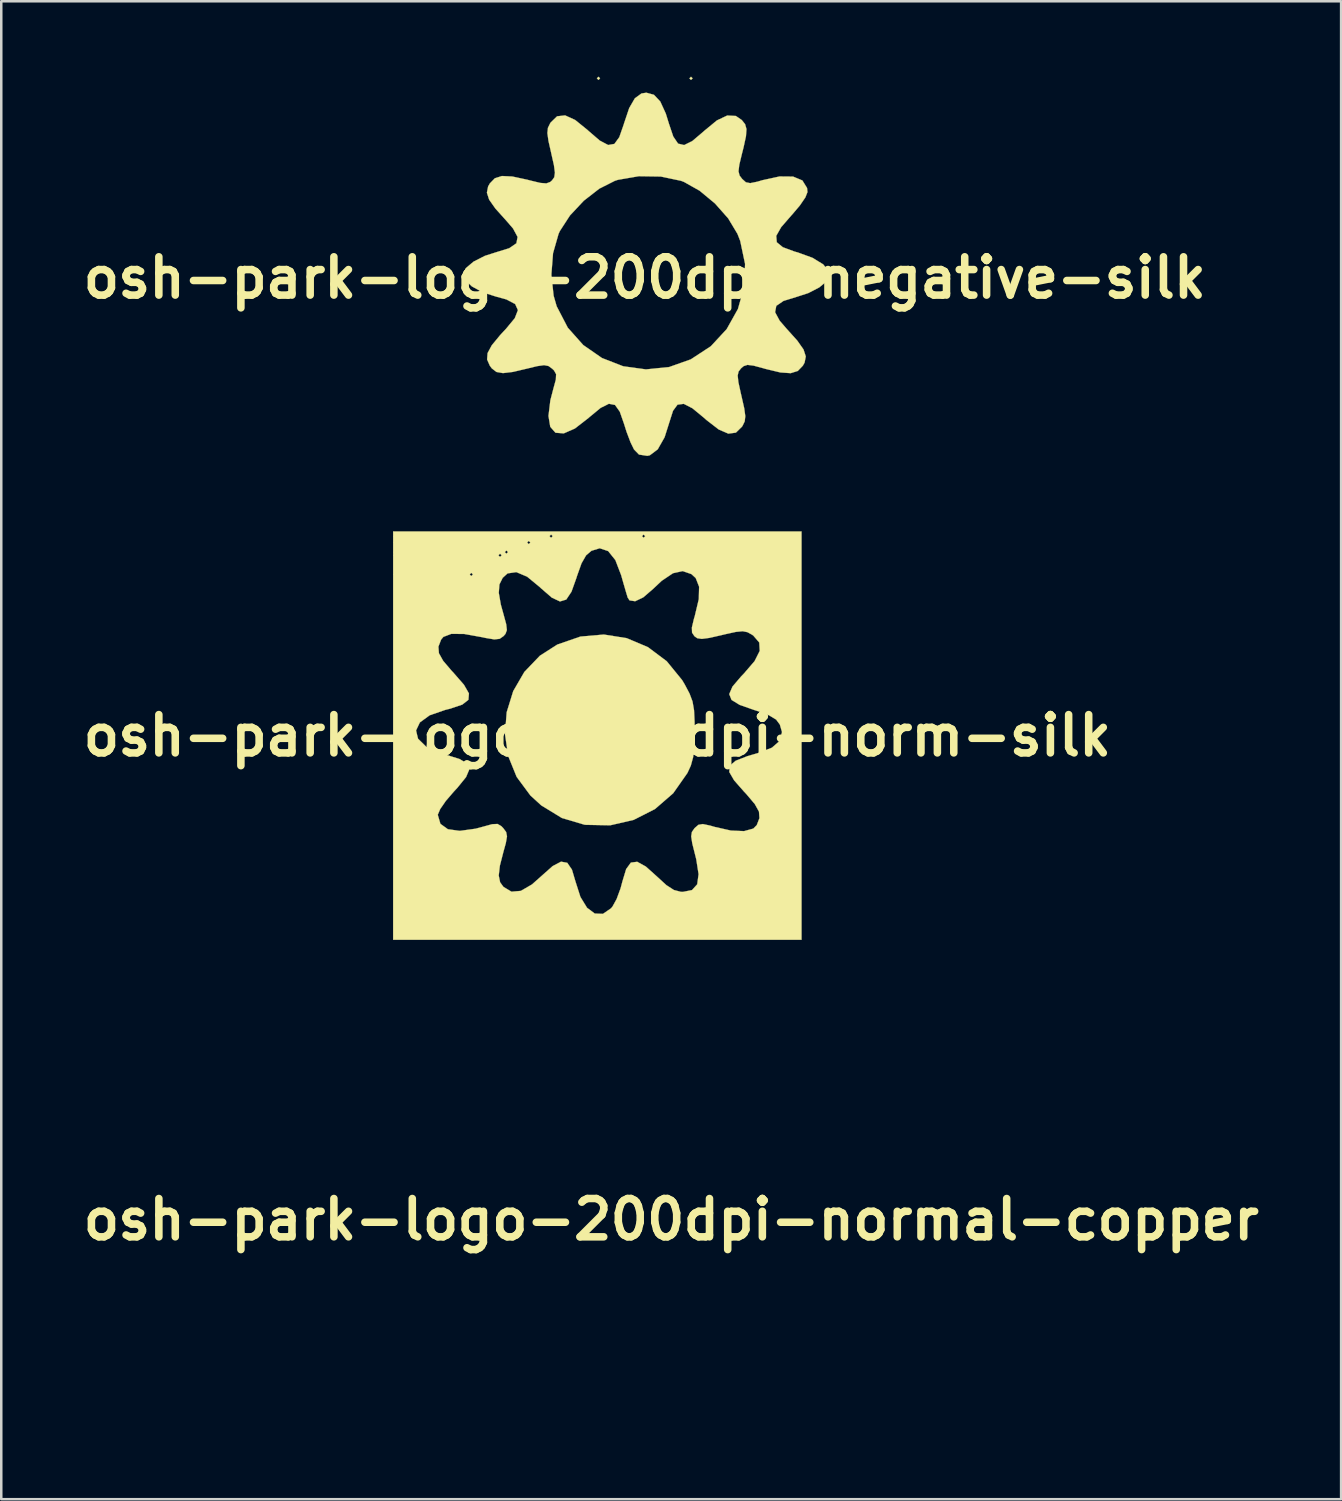
<source format=kicad_pcb>
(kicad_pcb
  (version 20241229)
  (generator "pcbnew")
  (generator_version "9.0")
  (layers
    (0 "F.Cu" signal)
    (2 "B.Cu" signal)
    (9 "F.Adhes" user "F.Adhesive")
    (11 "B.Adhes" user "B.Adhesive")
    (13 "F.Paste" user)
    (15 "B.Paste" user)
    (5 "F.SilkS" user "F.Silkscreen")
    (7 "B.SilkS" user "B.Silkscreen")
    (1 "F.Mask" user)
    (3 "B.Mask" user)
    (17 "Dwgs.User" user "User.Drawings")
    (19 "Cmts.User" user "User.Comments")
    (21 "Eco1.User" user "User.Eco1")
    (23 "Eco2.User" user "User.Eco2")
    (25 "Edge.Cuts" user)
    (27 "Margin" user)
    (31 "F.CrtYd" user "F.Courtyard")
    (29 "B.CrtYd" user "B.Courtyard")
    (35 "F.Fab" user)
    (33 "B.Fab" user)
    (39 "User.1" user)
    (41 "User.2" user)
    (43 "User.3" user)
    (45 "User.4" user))
  (footprint "osh-park-logo-200dpi-norm-silk"
    (layer "F.Cu")
    (at 20.726 26.228)
    (property "Reference" "osh-park-logo-200dpi-norm-silk" (at 0 0 0) (layer "F.SilkS") (effects (font (size 1.524 1.524) (thickness 0.3))))
    (attr through_hole)
    (fp_poly (pts (xy 1.168 -3.877) (xy 2.015 -3.519) (xy 2.763 -2.958) (xy 3.375 -2.208) (xy 3.48 -2.032) (xy 3.672 -1.668) (xy 3.789 -1.355) (xy 3.849 -1.009) (xy 3.871 -0.544) (xy 3.873 -0.191) (xy 3.86 0.419) (xy 3.814 0.855) (xy 3.721 1.196) (xy 3.586 1.489) (xy 3.02 2.296) (xy 2.294 2.925) (xy 1.445 3.356) (xy 0.512 3.572) (xy -0.47 3.553) (xy -0.518 3.546) (xy -1.412 3.281) (xy -2.231 2.78) (xy -2.663 2.386) (xy -3.211 1.646) (xy -3.546 0.82) (xy -3.676 -0.052) (xy -3.608 -0.929) (xy -3.348 -1.769) (xy -2.905 -2.533) (xy -2.286 -3.179) (xy -1.594 -3.622) (xy -0.674 -3.94) (xy 0.259 -4.021) (xy 1.168 -3.877)) (stroke (width 0.01) (type solid)) (fill yes) (layer "F.SilkS"))
    (fp_poly (pts (xy 8.128 0.002) (xy 8.128 8.128) (xy -8.128 8.128) (xy -8.128 -0.203) (xy -7.217 -0.203) (xy -7.137 0.125) (xy -6.823 0.433) (xy -6.274 0.691) (xy -6.032 0.763) (xy -5.491 0.931) (xy -5.18 1.113) (xy -5.094 1.343) (xy -5.225 1.652) (xy -5.566 2.073) (xy -5.715 2.234) (xy -6.029 2.599) (xy -6.256 2.927) (xy -6.35 3.149) (xy -6.35 3.158) (xy -6.246 3.514) (xy -5.949 3.728) (xy -5.476 3.794) (xy -4.847 3.707) (xy -4.551 3.628) (xy -4.186 3.528) (xy -3.972 3.518) (xy -3.822 3.605) (xy -3.746 3.684) (xy -3.63 3.839) (xy -3.596 4.012) (xy -3.643 4.283) (xy -3.735 4.614) (xy -3.88 5.181) (xy -3.925 5.57) (xy -3.87 5.84) (xy -3.737 6.023) (xy -3.417 6.214) (xy -3.044 6.182) (xy -2.601 5.925) (xy -2.226 5.592) (xy -1.78 5.196) (xy -1.444 5.019) (xy -1.196 5.065) (xy -1.01 5.338) (xy -0.872 5.804) (xy -0.674 6.422) (xy -0.41 6.854) (xy -0.103 7.084) (xy 0.223 7.097) (xy 0.545 6.876) (xy 0.603 6.806) (xy 0.768 6.507) (xy 0.926 6.077) (xy 0.999 5.804) (xy 1.147 5.315) (xy 1.335 5.056) (xy 1.588 5.024) (xy 1.93 5.213) (xy 2.353 5.592) (xy 2.746 5.952) (xy 3.049 6.148) (xy 3.325 6.22) (xy 3.404 6.223) (xy 3.768 6.15) (xy 3.975 5.921) (xy 4.03 5.517) (xy 3.937 4.923) (xy 3.891 4.74) (xy 3.778 4.289) (xy 3.736 4.012) (xy 3.764 3.838) (xy 3.862 3.696) (xy 3.873 3.683) (xy 4.022 3.553) (xy 4.199 3.522) (xy 4.492 3.584) (xy 4.662 3.634) (xy 5.313 3.781) (xy 5.84 3.804) (xy 6.207 3.703) (xy 6.346 3.564) (xy 6.452 3.287) (xy 6.434 3.027) (xy 6.268 2.727) (xy 5.934 2.332) (xy 5.831 2.223) (xy 5.443 1.78) (xy 5.252 1.451) (xy 5.269 1.202) (xy 5.507 1.002) (xy 5.977 0.818) (xy 6.387 0.699) (xy 6.948 0.483) (xy 7.268 0.205) (xy 7.35 -0.142) (xy 7.264 -0.439) (xy 7.115 -0.638) (xy 6.832 -0.808) (xy 6.363 -0.981) (xy 6.233 -1.022) (xy 5.667 -1.22) (xy 5.342 -1.418) (xy 5.25 -1.65) (xy 5.38 -1.951) (xy 5.724 -2.355) (xy 5.829 -2.463) (xy 6.259 -2.963) (xy 6.464 -3.371) (xy 6.445 -3.704) (xy 6.208 -3.979) (xy 6.161 -4.012) (xy 5.976 -4.115) (xy 5.786 -4.153) (xy 5.517 -4.127) (xy 5.096 -4.035) (xy 4.943 -3.998) (xy 4.46 -3.888) (xy 4.159 -3.848) (xy 3.976 -3.876) (xy 3.866 -3.954) (xy 3.77 -4.097) (xy 3.763 -4.3) (xy 3.844 -4.643) (xy 3.877 -4.752) (xy 4.038 -5.429) (xy 4.051 -5.925) (xy 3.916 -6.269) (xy 3.746 -6.426) (xy 3.397 -6.547) (xy 3.011 -6.462) (xy 2.563 -6.161) (xy 2.215 -5.834) (xy 1.828 -5.501) (xy 1.506 -5.347) (xy 1.282 -5.381) (xy 1.208 -5.493) (xy 1.147 -5.695) (xy 1.042 -6.054) (xy 0.948 -6.385) (xy 0.718 -6.984) (xy 0.432 -7.342) (xy 0.095 -7.456) (xy -0.234 -7.355) (xy -0.448 -7.173) (xy -0.629 -6.857) (xy -0.809 -6.353) (xy -0.83 -6.283) (xy -1.029 -5.726) (xy -1.237 -5.414) (xy -1.487 -5.338) (xy -1.812 -5.49) (xy -2.242 -5.863) (xy -2.291 -5.91) (xy -2.794 -6.324) (xy -3.224 -6.506) (xy -3.574 -6.455) (xy -3.768 -6.278) (xy -3.898 -6.014) (xy -3.923 -5.68) (xy -3.842 -5.214) (xy -3.736 -4.832) (xy -3.628 -4.434) (xy -3.601 -4.198) (xy -3.657 -4.046) (xy -3.732 -3.96) (xy -3.888 -3.851) (xy -4.102 -3.828) (xy -4.456 -3.887) (xy -4.577 -3.914) (xy -5.298 -4.044) (xy -5.811 -4.049) (xy -6.128 -3.928) (xy -6.219 -3.818) (xy -6.326 -3.539) (xy -6.306 -3.277) (xy -6.137 -2.975) (xy -5.799 -2.578) (xy -5.715 -2.488) (xy -5.308 -2.021) (xy -5.111 -1.677) (xy -5.131 -1.425) (xy -5.374 -1.233) (xy -5.848 -1.073) (xy -6.05 -1.023) (xy -6.674 -0.807) (xy -7.063 -0.524) (xy -7.217 -0.203) (xy -8.128 -0.203) (xy -8.128 -6.413) (xy -5.08 -6.413) (xy -5.016 -6.35) (xy -4.953 -6.413) (xy -5.016 -6.477) (xy -5.08 -6.413) (xy -8.128 -6.413) (xy -8.128 -7.176) (xy -3.937 -7.176) (xy -3.873 -7.112) (xy -3.81 -7.176) (xy -3.873 -7.239) (xy -3.937 -7.176) (xy -8.128 -7.176) (xy -8.128 -7.303) (xy -3.683 -7.303) (xy -3.619 -7.239) (xy -3.556 -7.303) (xy -3.619 -7.366) (xy -3.683 -7.303) (xy -8.128 -7.303) (xy -8.128 -7.684) (xy -2.794 -7.684) (xy -2.731 -7.62) (xy -2.667 -7.684) (xy -2.731 -7.747) (xy -2.794 -7.684) (xy -8.128 -7.684) (xy -8.128 -7.938) (xy -1.905 -7.938) (xy -1.841 -7.874) (xy -1.778 -7.938) (xy 1.778 -7.938) (xy 1.841 -7.874) (xy 1.905 -7.938) (xy 1.841 -8.001) (xy 1.778 -7.938) (xy -1.778 -7.938) (xy -1.841 -8.001) (xy -1.905 -7.938) (xy -8.128 -7.938) (xy -8.128 -8.124) (xy -0.000001 -8.124) (xy 8.128 -8.124) (xy 8.128 0.002)) (stroke (width 0.01) (type solid)) (fill yes) (layer "F.SilkS")))
  (footprint "osh-park-logo-200dpi-normal-copper"
    (layer "F.Cu")
    (at 23.666 45.49)
    (property "Reference" "osh-park-logo-200dpi-normal-copper" (at 0 0 0) (layer "F.SilkS") (effects (font (size 1.524 1.524) (thickness 0.3))))
    (attr through_hole)
    (fp_poly (pts (xy 1.168 -3.877) (xy 2.015 -3.519) (xy 2.763 -2.958) (xy 3.375 -2.208) (xy 3.48 -2.032) (xy 3.672 -1.668) (xy 3.789 -1.355) (xy 3.849 -1.009) (xy 3.871 -0.544) (xy 3.873 -0.191) (xy 3.86 0.419) (xy 3.814 0.855) (xy 3.721 1.196) (xy 3.586 1.489) (xy 3.02 2.296) (xy 2.294 2.925) (xy 1.445 3.356) (xy 0.512 3.572) (xy -0.47 3.553) (xy -0.518 3.546) (xy -1.412 3.281) (xy -2.231 2.78) (xy -2.663 2.386) (xy -3.211 1.646) (xy -3.546 0.82) (xy -3.676 -0.052) (xy -3.608 -0.929) (xy -3.348 -1.769) (xy -2.905 -2.533) (xy -2.286 -3.179) (xy -1.594 -3.622) (xy -0.674 -3.94) (xy 0.259 -4.021) (xy 1.168 -3.877)) (stroke (width 0.01) (type solid)) (fill yes) (layer "F.Mask"))
    (fp_poly (pts (xy 8.128 0.002) (xy 8.128 8.128) (xy -8.128 8.128) (xy -8.128 -0.203) (xy -7.217 -0.203) (xy -7.137 0.125) (xy -6.823 0.433) (xy -6.274 0.691) (xy -6.032 0.763) (xy -5.491 0.931) (xy -5.18 1.113) (xy -5.094 1.343) (xy -5.225 1.652) (xy -5.566 2.073) (xy -5.715 2.234) (xy -6.029 2.599) (xy -6.256 2.927) (xy -6.35 3.149) (xy -6.35 3.158) (xy -6.246 3.514) (xy -5.949 3.728) (xy -5.476 3.794) (xy -4.847 3.707) (xy -4.551 3.628) (xy -4.186 3.528) (xy -3.972 3.518) (xy -3.822 3.605) (xy -3.746 3.684) (xy -3.63 3.839) (xy -3.596 4.012) (xy -3.643 4.283) (xy -3.735 4.614) (xy -3.88 5.181) (xy -3.925 5.57) (xy -3.87 5.84) (xy -3.737 6.023) (xy -3.417 6.214) (xy -3.044 6.182) (xy -2.601 5.925) (xy -2.226 5.592) (xy -1.78 5.196) (xy -1.444 5.019) (xy -1.196 5.065) (xy -1.01 5.338) (xy -0.872 5.804) (xy -0.674 6.422) (xy -0.41 6.854) (xy -0.103 7.084) (xy 0.223 7.097) (xy 0.545 6.876) (xy 0.603 6.806) (xy 0.768 6.507) (xy 0.926 6.077) (xy 0.999 5.804) (xy 1.147 5.315) (xy 1.335 5.056) (xy 1.588 5.024) (xy 1.93 5.213) (xy 2.353 5.592) (xy 2.746 5.952) (xy 3.049 6.148) (xy 3.325 6.22) (xy 3.404 6.223) (xy 3.768 6.15) (xy 3.975 5.921) (xy 4.03 5.517) (xy 3.937 4.923) (xy 3.891 4.74) (xy 3.778 4.289) (xy 3.736 4.012) (xy 3.764 3.838) (xy 3.862 3.696) (xy 3.873 3.683) (xy 4.022 3.553) (xy 4.199 3.522) (xy 4.492 3.584) (xy 4.662 3.634) (xy 5.313 3.781) (xy 5.84 3.804) (xy 6.207 3.703) (xy 6.346 3.564) (xy 6.452 3.287) (xy 6.434 3.027) (xy 6.268 2.727) (xy 5.934 2.332) (xy 5.831 2.223) (xy 5.443 1.78) (xy 5.252 1.451) (xy 5.269 1.202) (xy 5.507 1.002) (xy 5.977 0.818) (xy 6.387 0.699) (xy 6.948 0.483) (xy 7.268 0.205) (xy 7.35 -0.142) (xy 7.264 -0.439) (xy 7.115 -0.638) (xy 6.832 -0.808) (xy 6.363 -0.981) (xy 6.233 -1.022) (xy 5.667 -1.22) (xy 5.342 -1.418) (xy 5.25 -1.65) (xy 5.38 -1.951) (xy 5.724 -2.355) (xy 5.829 -2.463) (xy 6.259 -2.963) (xy 6.464 -3.371) (xy 6.445 -3.704) (xy 6.208 -3.979) (xy 6.161 -4.012) (xy 5.976 -4.115) (xy 5.786 -4.153) (xy 5.517 -4.127) (xy 5.096 -4.035) (xy 4.943 -3.998) (xy 4.46 -3.888) (xy 4.159 -3.848) (xy 3.976 -3.876) (xy 3.866 -3.954) (xy 3.77 -4.097) (xy 3.763 -4.3) (xy 3.844 -4.643) (xy 3.877 -4.752) (xy 4.038 -5.429) (xy 4.051 -5.925) (xy 3.916 -6.269) (xy 3.746 -6.426) (xy 3.397 -6.547) (xy 3.011 -6.462) (xy 2.563 -6.161) (xy 2.215 -5.834) (xy 1.828 -5.501) (xy 1.506 -5.347) (xy 1.282 -5.381) (xy 1.208 -5.493) (xy 1.147 -5.695) (xy 1.042 -6.054) (xy 0.948 -6.385) (xy 0.718 -6.984) (xy 0.432 -7.342) (xy 0.095 -7.456) (xy -0.234 -7.355) (xy -0.448 -7.173) (xy -0.629 -6.857) (xy -0.809 -6.353) (xy -0.83 -6.283) (xy -1.029 -5.726) (xy -1.237 -5.414) (xy -1.487 -5.338) (xy -1.812 -5.49) (xy -2.242 -5.863) (xy -2.291 -5.91) (xy -2.794 -6.324) (xy -3.224 -6.506) (xy -3.574 -6.455) (xy -3.768 -6.278) (xy -3.898 -6.014) (xy -3.923 -5.68) (xy -3.842 -5.214) (xy -3.736 -4.832) (xy -3.628 -4.434) (xy -3.601 -4.198) (xy -3.657 -4.046) (xy -3.732 -3.96) (xy -3.888 -3.851) (xy -4.102 -3.828) (xy -4.456 -3.887) (xy -4.577 -3.914) (xy -5.298 -4.044) (xy -5.811 -4.049) (xy -6.128 -3.928) (xy -6.219 -3.818) (xy -6.326 -3.539) (xy -6.306 -3.277) (xy -6.137 -2.975) (xy -5.799 -2.578) (xy -5.715 -2.488) (xy -5.308 -2.021) (xy -5.111 -1.677) (xy -5.131 -1.425) (xy -5.374 -1.233) (xy -5.848 -1.073) (xy -6.05 -1.023) (xy -6.674 -0.807) (xy -7.063 -0.524) (xy -7.217 -0.203) (xy -8.128 -0.203) (xy -8.128 -6.413) (xy -5.08 -6.413) (xy -5.016 -6.35) (xy -4.953 -6.413) (xy -5.016 -6.477) (xy -5.08 -6.413) (xy -8.128 -6.413) (xy -8.128 -7.176) (xy -3.937 -7.176) (xy -3.873 -7.112) (xy -3.81 -7.176) (xy -3.873 -7.239) (xy -3.937 -7.176) (xy -8.128 -7.176) (xy -8.128 -7.303) (xy -3.683 -7.303) (xy -3.619 -7.239) (xy -3.556 -7.303) (xy -3.619 -7.366) (xy -3.683 -7.303) (xy -8.128 -7.303) (xy -8.128 -7.684) (xy -2.794 -7.684) (xy -2.731 -7.62) (xy -2.667 -7.684) (xy -2.731 -7.747) (xy -2.794 -7.684) (xy -8.128 -7.684) (xy -8.128 -7.938) (xy -1.905 -7.938) (xy -1.841 -7.874) (xy -1.778 -7.938) (xy 1.778 -7.938) (xy 1.841 -7.874) (xy 1.905 -7.938) (xy 1.841 -8.001) (xy 1.778 -7.938) (xy -1.778 -7.938) (xy -1.841 -8.001) (xy -1.905 -7.938) (xy -8.128 -7.938) (xy -8.128 -8.124) (xy -0.000001 -8.124) (xy 8.128 -8.124) (xy 8.128 0.002)) (stroke (width 0.01) (type solid)) (fill yes) (layer "F.Mask")))
  (footprint "osh-park-logo-200dpi-negative-silk"
    (layer "F.Cu")
    (at 22.613 8.006)
    (property "Reference" "osh-park-logo-200dpi-negative-silk" (at 0 0 0) (layer "F.SilkS") (effects (font (size 1.524 1.524) (thickness 0.3))))
    (attr through_hole)
    (fp_poly (pts (xy -1.778 -7.938) (xy -1.841 -7.874) (xy -1.905 -7.938) (xy -1.841 -8.001) (xy -1.778 -7.938)) (stroke (width 0.01) (type solid)) (fill yes) (layer "F.SilkS"))
    (fp_poly (pts (xy 1.905 -7.938) (xy 1.841 -7.874) (xy 1.778 -7.938) (xy 1.841 -8.001) (xy 1.905 -7.938)) (stroke (width 0.01) (type solid)) (fill yes) (layer "F.SilkS"))
    (fp_poly (pts (xy 0.366 -7.283) (xy 0.618 -7.016) (xy 0.837 -6.538) (xy 0.961 -6.138) (xy 1.135 -5.622) (xy 1.327 -5.339) (xy 1.569 -5.282) (xy 1.894 -5.443) (xy 2.334 -5.816) (xy 2.367 -5.847) (xy 2.872 -6.263) (xy 3.284 -6.458) (xy 3.627 -6.44) (xy 3.864 -6.277) (xy 3.994 -6.114) (xy 4.049 -5.92) (xy 4.029 -5.632) (xy 3.933 -5.19) (xy 3.866 -4.926) (xy 3.763 -4.497) (xy 3.732 -4.236) (xy 3.775 -4.068) (xy 3.878 -3.933) (xy 4.026 -3.8) (xy 4.199 -3.766) (xy 4.484 -3.824) (xy 4.678 -3.882) (xy 5.365 -4.032) (xy 5.904 -4.027) (xy 6.275 -3.873) (xy 6.46 -3.574) (xy 6.477 -3.412) (xy 6.394 -3.2) (xy 6.174 -2.878) (xy 5.863 -2.511) (xy 5.832 -2.478) (xy 5.429 -2.013) (xy 5.234 -1.669) (xy 5.255 -1.414) (xy 5.496 -1.216) (xy 5.963 -1.043) (xy 6.093 -1.007) (xy 6.676 -0.795) (xy 7.103 -0.534) (xy 7.335 -0.249) (xy 7.366 -0.107) (xy 7.251 0.132) (xy 6.946 0.384) (xy 6.509 0.61) (xy 6.052 0.758) (xy 5.521 0.922) (xy 5.236 1.118) (xy 5.188 1.371) (xy 5.37 1.709) (xy 5.649 2.032) (xy 6.073 2.503) (xy 6.32 2.855) (xy 6.41 3.132) (xy 6.362 3.378) (xy 6.293 3.501) (xy 6.092 3.709) (xy 5.81 3.797) (xy 5.399 3.769) (xy 4.811 3.628) (xy 4.736 3.606) (xy 4.331 3.497) (xy 4.089 3.467) (xy 3.936 3.517) (xy 3.834 3.604) (xy 3.735 3.731) (xy 3.699 3.893) (xy 3.727 4.155) (xy 3.82 4.582) (xy 3.851 4.715) (xy 3.96 5.197) (xy 4.002 5.506) (xy 3.98 5.714) (xy 3.894 5.891) (xy 3.873 5.924) (xy 3.629 6.164) (xy 3.327 6.204) (xy 2.943 6.038) (xy 2.455 5.661) (xy 2.363 5.578) (xy 1.897 5.194) (xy 1.553 5.018) (xy 1.304 5.051) (xy 1.125 5.295) (xy 1.019 5.627) (xy 0.79 6.348) (xy 0.517 6.829) (xy 0.202 7.066) (xy 0.103 7.088) (xy -0.229 7.037) (xy -0.427 6.834) (xy -0.566 6.549) (xy -0.725 6.128) (xy -0.823 5.817) (xy -0.994 5.328) (xy -1.184 5.062) (xy -1.427 5.015) (xy -1.757 5.18) (xy -2.207 5.551) (xy -2.236 5.578) (xy -2.78 6) (xy -3.223 6.194) (xy -3.553 6.168) (xy -3.76 5.934) (xy -3.832 5.5) (xy -3.757 4.876) (xy -3.638 4.42) (xy -3.538 4.052) (xy -3.528 3.837) (xy -3.611 3.689) (xy -3.684 3.619) (xy -3.832 3.512) (xy -4.007 3.478) (xy -4.285 3.518) (xy -4.672 3.612) (xy -5.25 3.748) (xy -5.642 3.795) (xy -5.903 3.749) (xy -6.087 3.607) (xy -6.166 3.501) (xy -6.275 3.254) (xy -6.256 2.998) (xy -6.089 2.688) (xy -5.755 2.282) (xy -5.522 2.032) (xy -5.172 1.608) (xy -5.048 1.288) (xy -5.157 1.047) (xy -5.506 0.862) (xy -5.929 0.746) (xy -6.452 0.578) (xy -6.881 0.344) (xy -7.161 0.082) (xy -7.237 -0.121) (xy -3.717 -0.121) (xy -3.627 0.716) (xy -3.506 1.134) (xy -3.064 1.986) (xy -2.449 2.677) (xy -1.701 3.195) (xy -0.857 3.523) (xy 0.047 3.647) (xy 0.972 3.553) (xy 1.831 3.249) (xy 2.63 2.726) (xy 3.261 2.045) (xy 3.709 1.244) (xy 3.957 0.365) (xy 3.993 -0.552) (xy 3.8 -1.468) (xy 3.69 -1.749) (xy 3.322 -2.362) (xy 2.796 -2.957) (xy 2.185 -3.464) (xy 1.564 -3.814) (xy 1.442 -3.86) (xy 0.64 -4.029) (xy -0.238 -4.042) (xy -1.062 -3.9) (xy -1.188 -3.86) (xy -1.807 -3.548) (xy -2.428 -3.065) (xy -2.976 -2.48) (xy -3.377 -1.863) (xy -3.43 -1.749) (xy -3.65 -0.98) (xy -3.717 -0.121) (xy -7.237 -0.121) (xy -7.239 -0.127) (xy -7.123 -0.382) (xy -6.813 -0.643) (xy -6.363 -0.872) (xy -5.925 -1.012) (xy -5.394 -1.176) (xy -5.109 -1.372) (xy -5.061 -1.625) (xy -5.243 -1.963) (xy -5.522 -2.286) (xy -5.946 -2.757) (xy -6.193 -3.109) (xy -6.283 -3.386) (xy -6.235 -3.632) (xy -6.166 -3.755) (xy -5.967 -3.96) (xy -5.684 -4.05) (xy -5.27 -4.03) (xy -4.678 -3.903) (xy -4.573 -3.875) (xy -4.162 -3.776) (xy -3.917 -3.756) (xy -3.762 -3.813) (xy -3.691 -3.875) (xy -3.601 -4.001) (xy -3.575 -4.181) (xy -3.614 -4.478) (xy -3.721 -4.954) (xy -3.724 -4.969) (xy -3.833 -5.451) (xy -3.875 -5.76) (xy -3.853 -5.968) (xy -3.767 -6.145) (xy -3.746 -6.178) (xy -3.489 -6.427) (xy -3.169 -6.463) (xy -2.77 -6.281) (xy -2.272 -5.878) (xy -2.24 -5.847) (xy -1.79 -5.46) (xy -1.456 -5.284) (xy -1.208 -5.328) (xy -1.013 -5.596) (xy -0.838 -6.097) (xy -0.826 -6.139) (xy -0.619 -6.754) (xy -0.394 -7.143) (xy -0.131 -7.335) (xy 0.064 -7.366) (xy 0.366 -7.283)) (stroke (width 0.01) (type solid)) (fill yes) (layer "F.SilkS")))
  (gr_rect
    (start -3 -3)
    (end 50.331 56.623)
    (stroke (width 0.1) (type default))
    (fill no)
    (layer "Edge.Cuts")))
</source>
